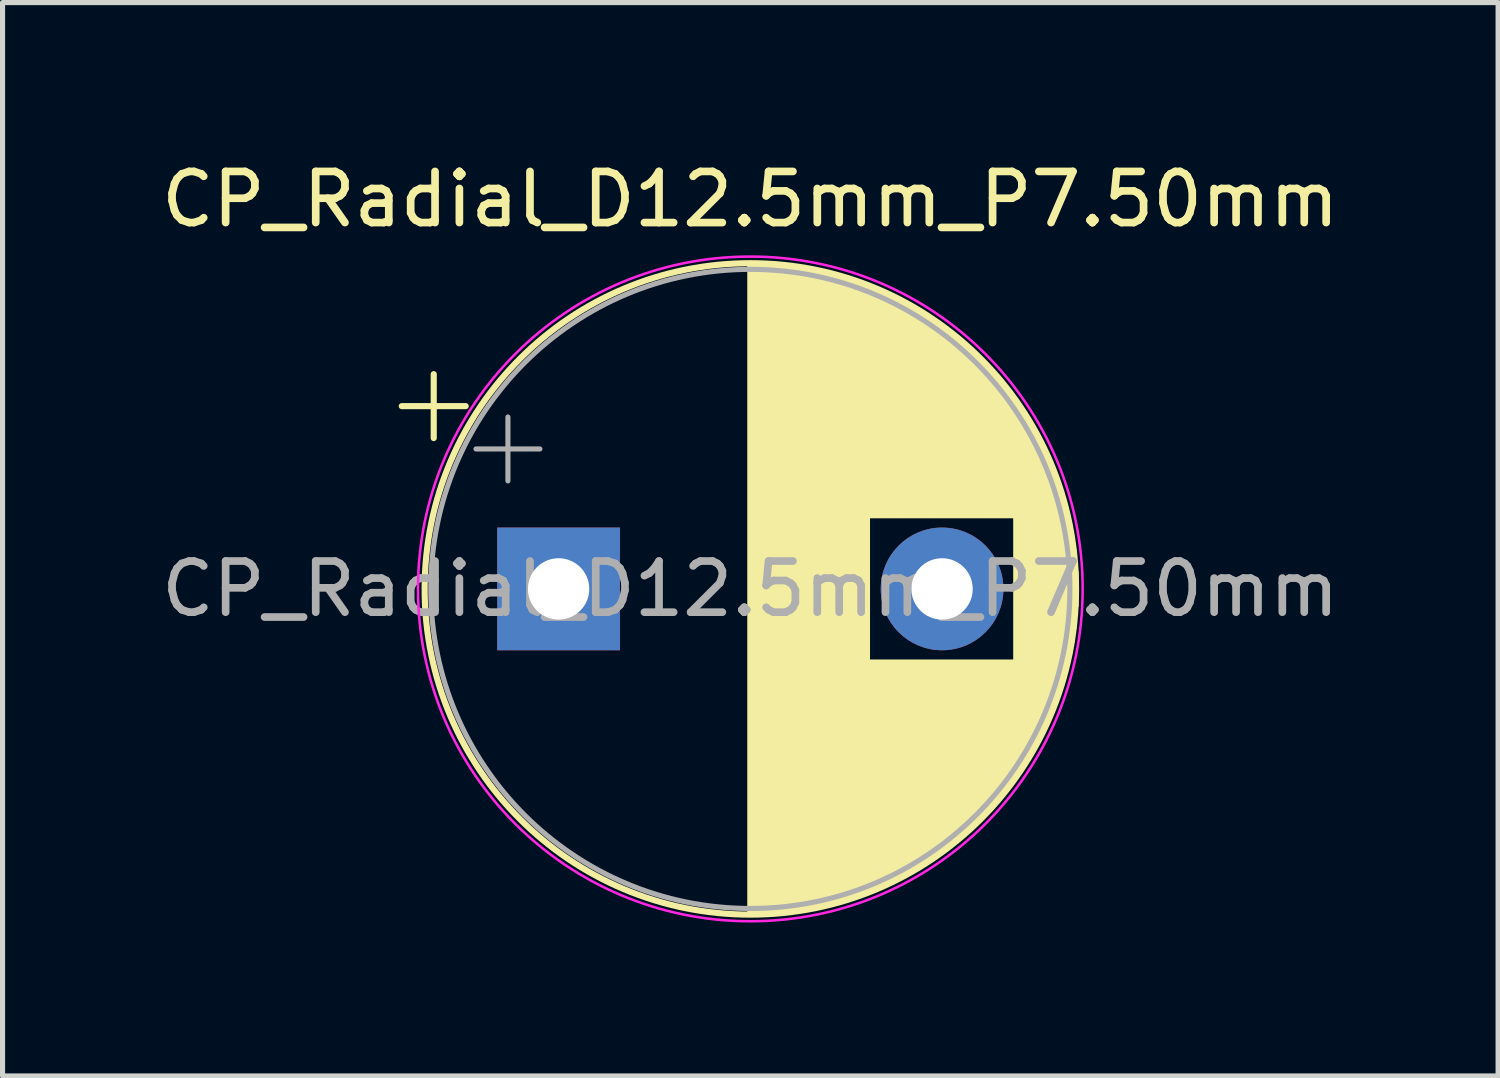
<source format=kicad_pcb>
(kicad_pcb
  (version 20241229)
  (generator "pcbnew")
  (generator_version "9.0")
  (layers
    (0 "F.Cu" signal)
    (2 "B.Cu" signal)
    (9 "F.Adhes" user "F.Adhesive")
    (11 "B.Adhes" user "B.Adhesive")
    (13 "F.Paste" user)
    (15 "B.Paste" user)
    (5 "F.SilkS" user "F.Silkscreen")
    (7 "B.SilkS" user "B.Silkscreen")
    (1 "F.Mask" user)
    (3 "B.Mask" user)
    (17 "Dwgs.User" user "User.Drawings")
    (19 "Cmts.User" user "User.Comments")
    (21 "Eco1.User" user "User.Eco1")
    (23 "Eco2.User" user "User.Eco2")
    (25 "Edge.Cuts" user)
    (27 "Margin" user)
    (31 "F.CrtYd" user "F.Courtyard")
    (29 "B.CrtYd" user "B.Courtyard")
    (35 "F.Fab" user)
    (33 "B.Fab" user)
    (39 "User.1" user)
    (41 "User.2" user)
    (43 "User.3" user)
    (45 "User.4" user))
  (footprint "CP_Radial_D12.5mm_P7.50mm"
    (layer "F.Cu")
    (at 7.875 8.468)
    (property "Reference" "CP_Radial_D12.5mm_P7.50mm" (at 3.75 -7.62 0) (layer "F.SilkS") (effects (font (size 1 1) (thickness 0.15))))
    (attr through_hole)
    (fp_line (start -3.067 -3.575) (end -1.817 -3.575) (stroke (width 0.12) (type solid)) (layer "F.SilkS"))
    (fp_line (start -2.442 -4.2) (end -2.442 -2.95) (stroke (width 0.12) (type solid)) (layer "F.SilkS"))
    (fp_line (start 3.75 -6.33) (end 3.75 6.33) (stroke (width 0.12) (type solid)) (layer "F.SilkS"))
    (fp_line (start 3.79 -6.33) (end 3.79 6.33) (stroke (width 0.12) (type solid)) (layer "F.SilkS"))
    (fp_line (start 3.83 -6.33) (end 3.83 6.33) (stroke (width 0.12) (type solid)) (layer "F.SilkS"))
    (fp_line (start 3.87 -6.329) (end 3.87 6.329) (stroke (width 0.12) (type solid)) (layer "F.SilkS"))
    (fp_line (start 3.91 -6.328) (end 3.91 6.328) (stroke (width 0.12) (type solid)) (layer "F.SilkS"))
    (fp_line (start 3.95 -6.327) (end 3.95 6.327) (stroke (width 0.12) (type solid)) (layer "F.SilkS"))
    (fp_line (start 3.99 -6.326) (end 3.99 6.326) (stroke (width 0.12) (type solid)) (layer "F.SilkS"))
    (fp_line (start 4.03 -6.324) (end 4.03 6.324) (stroke (width 0.12) (type solid)) (layer "F.SilkS"))
    (fp_line (start 4.07 -6.322) (end 4.07 6.322) (stroke (width 0.12) (type solid)) (layer "F.SilkS"))
    (fp_line (start 4.11 -6.32) (end 4.11 6.32) (stroke (width 0.12) (type solid)) (layer "F.SilkS"))
    (fp_line (start 4.15 -6.318) (end 4.15 6.318) (stroke (width 0.12) (type solid)) (layer "F.SilkS"))
    (fp_line (start 4.19 -6.315) (end 4.19 6.315) (stroke (width 0.12) (type solid)) (layer "F.SilkS"))
    (fp_line (start 4.23 -6.312) (end 4.23 6.312) (stroke (width 0.12) (type solid)) (layer "F.SilkS"))
    (fp_line (start 4.27 -6.309) (end 4.27 6.309) (stroke (width 0.12) (type solid)) (layer "F.SilkS"))
    (fp_line (start 4.31 -6.306) (end 4.31 6.306) (stroke (width 0.12) (type solid)) (layer "F.SilkS"))
    (fp_line (start 4.35 -6.302) (end 4.35 6.302) (stroke (width 0.12) (type solid)) (layer "F.SilkS"))
    (fp_line (start 4.39 -6.298) (end 4.39 6.298) (stroke (width 0.12) (type solid)) (layer "F.SilkS"))
    (fp_line (start 4.43 -6.294) (end 4.43 6.294) (stroke (width 0.12) (type solid)) (layer "F.SilkS"))
    (fp_line (start 4.471 -6.29) (end 4.471 6.29) (stroke (width 0.12) (type solid)) (layer "F.SilkS"))
    (fp_line (start 4.511 -6.285) (end 4.511 6.285) (stroke (width 0.12) (type solid)) (layer "F.SilkS"))
    (fp_line (start 4.551 -6.28) (end 4.551 6.28) (stroke (width 0.12) (type solid)) (layer "F.SilkS"))
    (fp_line (start 4.591 -6.275) (end 4.591 6.275) (stroke (width 0.12) (type solid)) (layer "F.SilkS"))
    (fp_line (start 4.631 -6.269) (end 4.631 6.269) (stroke (width 0.12) (type solid)) (layer "F.SilkS"))
    (fp_line (start 4.671 -6.264) (end 4.671 6.264) (stroke (width 0.12) (type solid)) (layer "F.SilkS"))
    (fp_line (start 4.711 -6.258) (end 4.711 6.258) (stroke (width 0.12) (type solid)) (layer "F.SilkS"))
    (fp_line (start 4.751 -6.252) (end 4.751 6.252) (stroke (width 0.12) (type solid)) (layer "F.SilkS"))
    (fp_line (start 4.791 -6.245) (end 4.791 6.245) (stroke (width 0.12) (type solid)) (layer "F.SilkS"))
    (fp_line (start 4.831 -6.238) (end 4.831 6.238) (stroke (width 0.12) (type solid)) (layer "F.SilkS"))
    (fp_line (start 4.871 -6.231) (end 4.871 6.231) (stroke (width 0.12) (type solid)) (layer "F.SilkS"))
    (fp_line (start 4.911 -6.224) (end 4.911 6.224) (stroke (width 0.12) (type solid)) (layer "F.SilkS"))
    (fp_line (start 4.951 -6.216) (end 4.951 6.216) (stroke (width 0.12) (type solid)) (layer "F.SilkS"))
    (fp_line (start 4.991 -6.209) (end 4.991 6.209) (stroke (width 0.12) (type solid)) (layer "F.SilkS"))
    (fp_line (start 5.031 -6.201) (end 5.031 6.201) (stroke (width 0.12) (type solid)) (layer "F.SilkS"))
    (fp_line (start 5.071 -6.192) (end 5.071 6.192) (stroke (width 0.12) (type solid)) (layer "F.SilkS"))
    (fp_line (start 5.111 -6.184) (end 5.111 6.184) (stroke (width 0.12) (type solid)) (layer "F.SilkS"))
    (fp_line (start 5.151 -6.175) (end 5.151 6.175) (stroke (width 0.12) (type solid)) (layer "F.SilkS"))
    (fp_line (start 5.191 -6.166) (end 5.191 6.166) (stroke (width 0.12) (type solid)) (layer "F.SilkS"))
    (fp_line (start 5.231 -6.156) (end 5.231 6.156) (stroke (width 0.12) (type solid)) (layer "F.SilkS"))
    (fp_line (start 5.271 -6.146) (end 5.271 6.146) (stroke (width 0.12) (type solid)) (layer "F.SilkS"))
    (fp_line (start 5.311 -6.137) (end 5.311 6.137) (stroke (width 0.12) (type solid)) (layer "F.SilkS"))
    (fp_line (start 5.351 -6.126) (end 5.351 6.126) (stroke (width 0.12) (type solid)) (layer "F.SilkS"))
    (fp_line (start 5.391 -6.116) (end 5.391 6.116) (stroke (width 0.12) (type solid)) (layer "F.SilkS"))
    (fp_line (start 5.431 -6.105) (end 5.431 6.105) (stroke (width 0.12) (type solid)) (layer "F.SilkS"))
    (fp_line (start 5.471 -6.094) (end 5.471 6.094) (stroke (width 0.12) (type solid)) (layer "F.SilkS"))
    (fp_line (start 5.511 -6.083) (end 5.511 6.083) (stroke (width 0.12) (type solid)) (layer "F.SilkS"))
    (fp_line (start 5.551 -6.071) (end 5.551 6.071) (stroke (width 0.12) (type solid)) (layer "F.SilkS"))
    (fp_line (start 5.591 -6.059) (end 5.591 6.059) (stroke (width 0.12) (type solid)) (layer "F.SilkS"))
    (fp_line (start 5.631 -6.047) (end 5.631 6.047) (stroke (width 0.12) (type solid)) (layer "F.SilkS"))
    (fp_line (start 5.671 -6.034) (end 5.671 6.034) (stroke (width 0.12) (type solid)) (layer "F.SilkS"))
    (fp_line (start 5.711 -6.021) (end 5.711 6.021) (stroke (width 0.12) (type solid)) (layer "F.SilkS"))
    (fp_line (start 5.751 -6.008) (end 5.751 6.008) (stroke (width 0.12) (type solid)) (layer "F.SilkS"))
    (fp_line (start 5.791 -5.995) (end 5.791 5.995) (stroke (width 0.12) (type solid)) (layer "F.SilkS"))
    (fp_line (start 5.831 -5.981) (end 5.831 5.981) (stroke (width 0.12) (type solid)) (layer "F.SilkS"))
    (fp_line (start 5.871 -5.967) (end 5.871 5.967) (stroke (width 0.12) (type solid)) (layer "F.SilkS"))
    (fp_line (start 5.911 -5.953) (end 5.911 5.953) (stroke (width 0.12) (type solid)) (layer "F.SilkS"))
    (fp_line (start 5.951 -5.939) (end 5.951 5.939) (stroke (width 0.12) (type solid)) (layer "F.SilkS"))
    (fp_line (start 5.991 -5.924) (end 5.991 5.924) (stroke (width 0.12) (type solid)) (layer "F.SilkS"))
    (fp_line (start 6.031 -5.908) (end 6.031 5.908) (stroke (width 0.12) (type solid)) (layer "F.SilkS"))
    (fp_line (start 6.071 -5.893) (end 6.071 -1.44) (stroke (width 0.12) (type solid)) (layer "F.SilkS"))
    (fp_line (start 6.071 1.44) (end 6.071 5.893) (stroke (width 0.12) (type solid)) (layer "F.SilkS"))
    (fp_line (start 6.111 -5.877) (end 6.111 -1.44) (stroke (width 0.12) (type solid)) (layer "F.SilkS"))
    (fp_line (start 6.111 1.44) (end 6.111 5.877) (stroke (width 0.12) (type solid)) (layer "F.SilkS"))
    (fp_line (start 6.151 -5.861) (end 6.151 -1.44) (stroke (width 0.12) (type solid)) (layer "F.SilkS"))
    (fp_line (start 6.151 1.44) (end 6.151 5.861) (stroke (width 0.12) (type solid)) (layer "F.SilkS"))
    (fp_line (start 6.191 -5.845) (end 6.191 -1.44) (stroke (width 0.12) (type solid)) (layer "F.SilkS"))
    (fp_line (start 6.191 1.44) (end 6.191 5.845) (stroke (width 0.12) (type solid)) (layer "F.SilkS"))
    (fp_line (start 6.231 -5.828) (end 6.231 -1.44) (stroke (width 0.12) (type solid)) (layer "F.SilkS"))
    (fp_line (start 6.231 1.44) (end 6.231 5.828) (stroke (width 0.12) (type solid)) (layer "F.SilkS"))
    (fp_line (start 6.271 -5.811) (end 6.271 -1.44) (stroke (width 0.12) (type solid)) (layer "F.SilkS"))
    (fp_line (start 6.271 1.44) (end 6.271 5.811) (stroke (width 0.12) (type solid)) (layer "F.SilkS"))
    (fp_line (start 6.311 -5.793) (end 6.311 -1.44) (stroke (width 0.12) (type solid)) (layer "F.SilkS"))
    (fp_line (start 6.311 1.44) (end 6.311 5.793) (stroke (width 0.12) (type solid)) (layer "F.SilkS"))
    (fp_line (start 6.351 -5.776) (end 6.351 -1.44) (stroke (width 0.12) (type solid)) (layer "F.SilkS"))
    (fp_line (start 6.351 1.44) (end 6.351 5.776) (stroke (width 0.12) (type solid)) (layer "F.SilkS"))
    (fp_line (start 6.391 -5.758) (end 6.391 -1.44) (stroke (width 0.12) (type solid)) (layer "F.SilkS"))
    (fp_line (start 6.391 1.44) (end 6.391 5.758) (stroke (width 0.12) (type solid)) (layer "F.SilkS"))
    (fp_line (start 6.431 -5.739) (end 6.431 -1.44) (stroke (width 0.12) (type solid)) (layer "F.SilkS"))
    (fp_line (start 6.431 1.44) (end 6.431 5.739) (stroke (width 0.12) (type solid)) (layer "F.SilkS"))
    (fp_line (start 6.471 -5.721) (end 6.471 -1.44) (stroke (width 0.12) (type solid)) (layer "F.SilkS"))
    (fp_line (start 6.471 1.44) (end 6.471 5.721) (stroke (width 0.12) (type solid)) (layer "F.SilkS"))
    (fp_line (start 6.511 -5.702) (end 6.511 -1.44) (stroke (width 0.12) (type solid)) (layer "F.SilkS"))
    (fp_line (start 6.511 1.44) (end 6.511 5.702) (stroke (width 0.12) (type solid)) (layer "F.SilkS"))
    (fp_line (start 6.551 -5.682) (end 6.551 -1.44) (stroke (width 0.12) (type solid)) (layer "F.SilkS"))
    (fp_line (start 6.551 1.44) (end 6.551 5.682) (stroke (width 0.12) (type solid)) (layer "F.SilkS"))
    (fp_line (start 6.591 -5.662) (end 6.591 -1.44) (stroke (width 0.12) (type solid)) (layer "F.SilkS"))
    (fp_line (start 6.591 1.44) (end 6.591 5.662) (stroke (width 0.12) (type solid)) (layer "F.SilkS"))
    (fp_line (start 6.631 -5.642) (end 6.631 -1.44) (stroke (width 0.12) (type solid)) (layer "F.SilkS"))
    (fp_line (start 6.631 1.44) (end 6.631 5.642) (stroke (width 0.12) (type solid)) (layer "F.SilkS"))
    (fp_line (start 6.671 -5.622) (end 6.671 -1.44) (stroke (width 0.12) (type solid)) (layer "F.SilkS"))
    (fp_line (start 6.671 1.44) (end 6.671 5.622) (stroke (width 0.12) (type solid)) (layer "F.SilkS"))
    (fp_line (start 6.711 -5.601) (end 6.711 -1.44) (stroke (width 0.12) (type solid)) (layer "F.SilkS"))
    (fp_line (start 6.711 1.44) (end 6.711 5.601) (stroke (width 0.12) (type solid)) (layer "F.SilkS"))
    (fp_line (start 6.751 -5.58) (end 6.751 -1.44) (stroke (width 0.12) (type solid)) (layer "F.SilkS"))
    (fp_line (start 6.751 1.44) (end 6.751 5.58) (stroke (width 0.12) (type solid)) (layer "F.SilkS"))
    (fp_line (start 6.791 -5.558) (end 6.791 -1.44) (stroke (width 0.12) (type solid)) (layer "F.SilkS"))
    (fp_line (start 6.791 1.44) (end 6.791 5.558) (stroke (width 0.12) (type solid)) (layer "F.SilkS"))
    (fp_line (start 6.831 -5.536) (end 6.831 -1.44) (stroke (width 0.12) (type solid)) (layer "F.SilkS"))
    (fp_line (start 6.831 1.44) (end 6.831 5.536) (stroke (width 0.12) (type solid)) (layer "F.SilkS"))
    (fp_line (start 6.871 -5.514) (end 6.871 -1.44) (stroke (width 0.12) (type solid)) (layer "F.SilkS"))
    (fp_line (start 6.871 1.44) (end 6.871 5.514) (stroke (width 0.12) (type solid)) (layer "F.SilkS"))
    (fp_line (start 6.911 -5.491) (end 6.911 -1.44) (stroke (width 0.12) (type solid)) (layer "F.SilkS"))
    (fp_line (start 6.911 1.44) (end 6.911 5.491) (stroke (width 0.12) (type solid)) (layer "F.SilkS"))
    (fp_line (start 6.951 -5.468) (end 6.951 -1.44) (stroke (width 0.12) (type solid)) (layer "F.SilkS"))
    (fp_line (start 6.951 1.44) (end 6.951 5.468) (stroke (width 0.12) (type solid)) (layer "F.SilkS"))
    (fp_line (start 6.991 -5.445) (end 6.991 -1.44) (stroke (width 0.12) (type solid)) (layer "F.SilkS"))
    (fp_line (start 6.991 1.44) (end 6.991 5.445) (stroke (width 0.12) (type solid)) (layer "F.SilkS"))
    (fp_line (start 7.031 -5.421) (end 7.031 -1.44) (stroke (width 0.12) (type solid)) (layer "F.SilkS"))
    (fp_line (start 7.031 1.44) (end 7.031 5.421) (stroke (width 0.12) (type solid)) (layer "F.SilkS"))
    (fp_line (start 7.071 -5.397) (end 7.071 -1.44) (stroke (width 0.12) (type solid)) (layer "F.SilkS"))
    (fp_line (start 7.071 1.44) (end 7.071 5.397) (stroke (width 0.12) (type solid)) (layer "F.SilkS"))
    (fp_line (start 7.111 -5.372) (end 7.111 -1.44) (stroke (width 0.12) (type solid)) (layer "F.SilkS"))
    (fp_line (start 7.111 1.44) (end 7.111 5.372) (stroke (width 0.12) (type solid)) (layer "F.SilkS"))
    (fp_line (start 7.151 -5.347) (end 7.151 -1.44) (stroke (width 0.12) (type solid)) (layer "F.SilkS"))
    (fp_line (start 7.151 1.44) (end 7.151 5.347) (stroke (width 0.12) (type solid)) (layer "F.SilkS"))
    (fp_line (start 7.191 -5.322) (end 7.191 -1.44) (stroke (width 0.12) (type solid)) (layer "F.SilkS"))
    (fp_line (start 7.191 1.44) (end 7.191 5.322) (stroke (width 0.12) (type solid)) (layer "F.SilkS"))
    (fp_line (start 7.231 -5.296) (end 7.231 -1.44) (stroke (width 0.12) (type solid)) (layer "F.SilkS"))
    (fp_line (start 7.231 1.44) (end 7.231 5.296) (stroke (width 0.12) (type solid)) (layer "F.SilkS"))
    (fp_line (start 7.271 -5.27) (end 7.271 -1.44) (stroke (width 0.12) (type solid)) (layer "F.SilkS"))
    (fp_line (start 7.271 1.44) (end 7.271 5.27) (stroke (width 0.12) (type solid)) (layer "F.SilkS"))
    (fp_line (start 7.311 -5.243) (end 7.311 -1.44) (stroke (width 0.12) (type solid)) (layer "F.SilkS"))
    (fp_line (start 7.311 1.44) (end 7.311 5.243) (stroke (width 0.12) (type solid)) (layer "F.SilkS"))
    (fp_line (start 7.351 -5.216) (end 7.351 -1.44) (stroke (width 0.12) (type solid)) (layer "F.SilkS"))
    (fp_line (start 7.351 1.44) (end 7.351 5.216) (stroke (width 0.12) (type solid)) (layer "F.SilkS"))
    (fp_line (start 7.391 -5.188) (end 7.391 -1.44) (stroke (width 0.12) (type solid)) (layer "F.SilkS"))
    (fp_line (start 7.391 1.44) (end 7.391 5.188) (stroke (width 0.12) (type solid)) (layer "F.SilkS"))
    (fp_line (start 7.431 -5.16) (end 7.431 -1.44) (stroke (width 0.12) (type solid)) (layer "F.SilkS"))
    (fp_line (start 7.431 1.44) (end 7.431 5.16) (stroke (width 0.12) (type solid)) (layer "F.SilkS"))
    (fp_line (start 7.471 -5.131) (end 7.471 -1.44) (stroke (width 0.12) (type solid)) (layer "F.SilkS"))
    (fp_line (start 7.471 1.44) (end 7.471 5.131) (stroke (width 0.12) (type solid)) (layer "F.SilkS"))
    (fp_line (start 7.511 -5.102) (end 7.511 -1.44) (stroke (width 0.12) (type solid)) (layer "F.SilkS"))
    (fp_line (start 7.511 1.44) (end 7.511 5.102) (stroke (width 0.12) (type solid)) (layer "F.SilkS"))
    (fp_line (start 7.551 -5.073) (end 7.551 -1.44) (stroke (width 0.12) (type solid)) (layer "F.SilkS"))
    (fp_line (start 7.551 1.44) (end 7.551 5.073) (stroke (width 0.12) (type solid)) (layer "F.SilkS"))
    (fp_line (start 7.591 -5.043) (end 7.591 -1.44) (stroke (width 0.12) (type solid)) (layer "F.SilkS"))
    (fp_line (start 7.591 1.44) (end 7.591 5.043) (stroke (width 0.12) (type solid)) (layer "F.SilkS"))
    (fp_line (start 7.631 -5.012) (end 7.631 -1.44) (stroke (width 0.12) (type solid)) (layer "F.SilkS"))
    (fp_line (start 7.631 1.44) (end 7.631 5.012) (stroke (width 0.12) (type solid)) (layer "F.SilkS"))
    (fp_line (start 7.671 -4.982) (end 7.671 -1.44) (stroke (width 0.12) (type solid)) (layer "F.SilkS"))
    (fp_line (start 7.671 1.44) (end 7.671 4.982) (stroke (width 0.12) (type solid)) (layer "F.SilkS"))
    (fp_line (start 7.711 -4.95) (end 7.711 -1.44) (stroke (width 0.12) (type solid)) (layer "F.SilkS"))
    (fp_line (start 7.711 1.44) (end 7.711 4.95) (stroke (width 0.12) (type solid)) (layer "F.SilkS"))
    (fp_line (start 7.751 -4.918) (end 7.751 -1.44) (stroke (width 0.12) (type solid)) (layer "F.SilkS"))
    (fp_line (start 7.751 1.44) (end 7.751 4.918) (stroke (width 0.12) (type solid)) (layer "F.SilkS"))
    (fp_line (start 7.791 -4.885) (end 7.791 -1.44) (stroke (width 0.12) (type solid)) (layer "F.SilkS"))
    (fp_line (start 7.791 1.44) (end 7.791 4.885) (stroke (width 0.12) (type solid)) (layer "F.SilkS"))
    (fp_line (start 7.831 -4.852) (end 7.831 -1.44) (stroke (width 0.12) (type solid)) (layer "F.SilkS"))
    (fp_line (start 7.831 1.44) (end 7.831 4.852) (stroke (width 0.12) (type solid)) (layer "F.SilkS"))
    (fp_line (start 7.871 -4.819) (end 7.871 -1.44) (stroke (width 0.12) (type solid)) (layer "F.SilkS"))
    (fp_line (start 7.871 1.44) (end 7.871 4.819) (stroke (width 0.12) (type solid)) (layer "F.SilkS"))
    (fp_line (start 7.911 -4.785) (end 7.911 -1.44) (stroke (width 0.12) (type solid)) (layer "F.SilkS"))
    (fp_line (start 7.911 1.44) (end 7.911 4.785) (stroke (width 0.12) (type solid)) (layer "F.SilkS"))
    (fp_line (start 7.951 -4.75) (end 7.951 -1.44) (stroke (width 0.12) (type solid)) (layer "F.SilkS"))
    (fp_line (start 7.951 1.44) (end 7.951 4.75) (stroke (width 0.12) (type solid)) (layer "F.SilkS"))
    (fp_line (start 7.991 -4.714) (end 7.991 -1.44) (stroke (width 0.12) (type solid)) (layer "F.SilkS"))
    (fp_line (start 7.991 1.44) (end 7.991 4.714) (stroke (width 0.12) (type solid)) (layer "F.SilkS"))
    (fp_line (start 8.031 -4.678) (end 8.031 -1.44) (stroke (width 0.12) (type solid)) (layer "F.SilkS"))
    (fp_line (start 8.031 1.44) (end 8.031 4.678) (stroke (width 0.12) (type solid)) (layer "F.SilkS"))
    (fp_line (start 8.071 -4.642) (end 8.071 -1.44) (stroke (width 0.12) (type solid)) (layer "F.SilkS"))
    (fp_line (start 8.071 1.44) (end 8.071 4.642) (stroke (width 0.12) (type solid)) (layer "F.SilkS"))
    (fp_line (start 8.111 -4.605) (end 8.111 -1.44) (stroke (width 0.12) (type solid)) (layer "F.SilkS"))
    (fp_line (start 8.111 1.44) (end 8.111 4.605) (stroke (width 0.12) (type solid)) (layer "F.SilkS"))
    (fp_line (start 8.151 -4.567) (end 8.151 -1.44) (stroke (width 0.12) (type solid)) (layer "F.SilkS"))
    (fp_line (start 8.151 1.44) (end 8.151 4.567) (stroke (width 0.12) (type solid)) (layer "F.SilkS"))
    (fp_line (start 8.191 -4.528) (end 8.191 -1.44) (stroke (width 0.12) (type solid)) (layer "F.SilkS"))
    (fp_line (start 8.191 1.44) (end 8.191 4.528) (stroke (width 0.12) (type solid)) (layer "F.SilkS"))
    (fp_line (start 8.231 -4.489) (end 8.231 -1.44) (stroke (width 0.12) (type solid)) (layer "F.SilkS"))
    (fp_line (start 8.231 1.44) (end 8.231 4.489) (stroke (width 0.12) (type solid)) (layer "F.SilkS"))
    (fp_line (start 8.271 -4.449) (end 8.271 -1.44) (stroke (width 0.12) (type solid)) (layer "F.SilkS"))
    (fp_line (start 8.271 1.44) (end 8.271 4.449) (stroke (width 0.12) (type solid)) (layer "F.SilkS"))
    (fp_line (start 8.311 -4.408) (end 8.311 -1.44) (stroke (width 0.12) (type solid)) (layer "F.SilkS"))
    (fp_line (start 8.311 1.44) (end 8.311 4.408) (stroke (width 0.12) (type solid)) (layer "F.SilkS"))
    (fp_line (start 8.351 -4.367) (end 8.351 -1.44) (stroke (width 0.12) (type solid)) (layer "F.SilkS"))
    (fp_line (start 8.351 1.44) (end 8.351 4.367) (stroke (width 0.12) (type solid)) (layer "F.SilkS"))
    (fp_line (start 8.391 -4.325) (end 8.391 -1.44) (stroke (width 0.12) (type solid)) (layer "F.SilkS"))
    (fp_line (start 8.391 1.44) (end 8.391 4.325) (stroke (width 0.12) (type solid)) (layer "F.SilkS"))
    (fp_line (start 8.431 -4.282) (end 8.431 -1.44) (stroke (width 0.12) (type solid)) (layer "F.SilkS"))
    (fp_line (start 8.431 1.44) (end 8.431 4.282) (stroke (width 0.12) (type solid)) (layer "F.SilkS"))
    (fp_line (start 8.471 -4.238) (end 8.471 -1.44) (stroke (width 0.12) (type solid)) (layer "F.SilkS"))
    (fp_line (start 8.471 1.44) (end 8.471 4.238) (stroke (width 0.12) (type solid)) (layer "F.SilkS"))
    (fp_line (start 8.511 -4.194) (end 8.511 -1.44) (stroke (width 0.12) (type solid)) (layer "F.SilkS"))
    (fp_line (start 8.511 1.44) (end 8.511 4.194) (stroke (width 0.12) (type solid)) (layer "F.SilkS"))
    (fp_line (start 8.551 -4.148) (end 8.551 -1.44) (stroke (width 0.12) (type solid)) (layer "F.SilkS"))
    (fp_line (start 8.551 1.44) (end 8.551 4.148) (stroke (width 0.12) (type solid)) (layer "F.SilkS"))
    (fp_line (start 8.591 -4.102) (end 8.591 -1.44) (stroke (width 0.12) (type solid)) (layer "F.SilkS"))
    (fp_line (start 8.591 1.44) (end 8.591 4.102) (stroke (width 0.12) (type solid)) (layer "F.SilkS"))
    (fp_line (start 8.631 -4.055) (end 8.631 -1.44) (stroke (width 0.12) (type solid)) (layer "F.SilkS"))
    (fp_line (start 8.631 1.44) (end 8.631 4.055) (stroke (width 0.12) (type solid)) (layer "F.SilkS"))
    (fp_line (start 8.671 -4.007) (end 8.671 -1.44) (stroke (width 0.12) (type solid)) (layer "F.SilkS"))
    (fp_line (start 8.671 1.44) (end 8.671 4.007) (stroke (width 0.12) (type solid)) (layer "F.SilkS"))
    (fp_line (start 8.711 -3.957) (end 8.711 -1.44) (stroke (width 0.12) (type solid)) (layer "F.SilkS"))
    (fp_line (start 8.711 1.44) (end 8.711 3.957) (stroke (width 0.12) (type solid)) (layer "F.SilkS"))
    (fp_line (start 8.751 -3.907) (end 8.751 -1.44) (stroke (width 0.12) (type solid)) (layer "F.SilkS"))
    (fp_line (start 8.751 1.44) (end 8.751 3.907) (stroke (width 0.12) (type solid)) (layer "F.SilkS"))
    (fp_line (start 8.791 -3.856) (end 8.791 -1.44) (stroke (width 0.12) (type solid)) (layer "F.SilkS"))
    (fp_line (start 8.791 1.44) (end 8.791 3.856) (stroke (width 0.12) (type solid)) (layer "F.SilkS"))
    (fp_line (start 8.831 -3.804) (end 8.831 -1.44) (stroke (width 0.12) (type solid)) (layer "F.SilkS"))
    (fp_line (start 8.831 1.44) (end 8.831 3.804) (stroke (width 0.12) (type solid)) (layer "F.SilkS"))
    (fp_line (start 8.871 -3.75) (end 8.871 -1.44) (stroke (width 0.12) (type solid)) (layer "F.SilkS"))
    (fp_line (start 8.871 1.44) (end 8.871 3.75) (stroke (width 0.12) (type solid)) (layer "F.SilkS"))
    (fp_line (start 8.911 -3.696) (end 8.911 -1.44) (stroke (width 0.12) (type solid)) (layer "F.SilkS"))
    (fp_line (start 8.911 1.44) (end 8.911 3.696) (stroke (width 0.12) (type solid)) (layer "F.SilkS"))
    (fp_line (start 8.951 -3.64) (end 8.951 3.64) (stroke (width 0.12) (type solid)) (layer "F.SilkS"))
    (fp_line (start 8.991 -3.583) (end 8.991 3.583) (stroke (width 0.12) (type solid)) (layer "F.SilkS"))
    (fp_line (start 9.031 -3.524) (end 9.031 3.524) (stroke (width 0.12) (type solid)) (layer "F.SilkS"))
    (fp_line (start 9.071 -3.464) (end 9.071 3.464) (stroke (width 0.12) (type solid)) (layer "F.SilkS"))
    (fp_line (start 9.111 -3.402) (end 9.111 3.402) (stroke (width 0.12) (type solid)) (layer "F.SilkS"))
    (fp_line (start 9.151 -3.339) (end 9.151 3.339) (stroke (width 0.12) (type solid)) (layer "F.SilkS"))
    (fp_line (start 9.191 -3.275) (end 9.191 3.275) (stroke (width 0.12) (type solid)) (layer "F.SilkS"))
    (fp_line (start 9.231 -3.208) (end 9.231 3.208) (stroke (width 0.12) (type solid)) (layer "F.SilkS"))
    (fp_line (start 9.271 -3.14) (end 9.271 3.14) (stroke (width 0.12) (type solid)) (layer "F.SilkS"))
    (fp_line (start 9.311 -3.069) (end 9.311 3.069) (stroke (width 0.12) (type solid)) (layer "F.SilkS"))
    (fp_line (start 9.351 -2.996) (end 9.351 2.996) (stroke (width 0.12) (type solid)) (layer "F.SilkS"))
    (fp_line (start 9.391 -2.921) (end 9.391 2.921) (stroke (width 0.12) (type solid)) (layer "F.SilkS"))
    (fp_line (start 9.431 -2.844) (end 9.431 2.844) (stroke (width 0.12) (type solid)) (layer "F.SilkS"))
    (fp_line (start 9.471 -2.764) (end 9.471 2.764) (stroke (width 0.12) (type solid)) (layer "F.SilkS"))
    (fp_line (start 9.511 -2.681) (end 9.511 2.681) (stroke (width 0.12) (type solid)) (layer "F.SilkS"))
    (fp_line (start 9.551 -2.594) (end 9.551 2.594) (stroke (width 0.12) (type solid)) (layer "F.SilkS"))
    (fp_line (start 9.591 -2.504) (end 9.591 2.504) (stroke (width 0.12) (type solid)) (layer "F.SilkS"))
    (fp_line (start 9.631 -2.41) (end 9.631 2.41) (stroke (width 0.12) (type solid)) (layer "F.SilkS"))
    (fp_line (start 9.671 -2.312) (end 9.671 2.312) (stroke (width 0.12) (type solid)) (layer "F.SilkS"))
    (fp_line (start 9.711 -2.209) (end 9.711 2.209) (stroke (width 0.12) (type solid)) (layer "F.SilkS"))
    (fp_line (start 9.751 -2.1) (end 9.751 2.1) (stroke (width 0.12) (type solid)) (layer "F.SilkS"))
    (fp_line (start 9.791 -1.984) (end 9.791 1.984) (stroke (width 0.12) (type solid)) (layer "F.SilkS"))
    (fp_line (start 9.831 -1.861) (end 9.831 1.861) (stroke (width 0.12) (type solid)) (layer "F.SilkS"))
    (fp_line (start 9.871 -1.728) (end 9.871 1.728) (stroke (width 0.12) (type solid)) (layer "F.SilkS"))
    (fp_line (start 9.911 -1.583) (end 9.911 1.583) (stroke (width 0.12) (type solid)) (layer "F.SilkS"))
    (fp_line (start 9.951 -1.422) (end 9.951 1.422) (stroke (width 0.12) (type solid)) (layer "F.SilkS"))
    (fp_line (start 9.991 -1.241) (end 9.991 1.241) (stroke (width 0.12) (type solid)) (layer "F.SilkS"))
    (fp_line (start 10.031 -1.028) (end 10.031 1.028) (stroke (width 0.12) (type solid)) (layer "F.SilkS"))
    (fp_line (start 10.071 -0.757) (end 10.071 0.757) (stroke (width 0.12) (type solid)) (layer "F.SilkS"))
    (fp_line (start 10.111 -0.317) (end 10.111 0.317) (stroke (width 0.12) (type solid)) (layer "F.SilkS"))
    (fp_circle (center 3.75 0) (end 10.12 0) (stroke (width 0.12) (type solid)) (fill no) (layer "F.SilkS"))
    (fp_circle (center 3.75 0) (end 10.25 0) (stroke (width 0.05) (type solid)) (fill no) (layer "F.CrtYd"))
    (fp_line (start -1.616 -2.737) (end -0.366 -2.737) (stroke (width 0.1) (type solid)) (layer "F.Fab"))
    (fp_line (start -0.991 -3.362) (end -0.991 -2.112) (stroke (width 0.1) (type solid)) (layer "F.Fab"))
    (fp_circle (center 3.75 0) (end 10 0) (stroke (width 0.1) (type solid)) (fill no) (layer "F.Fab"))
    (fp_text user "${REFERENCE}" (at 3.75 0 0) (layer "F.Fab") (effects (font (size 1 1) (thickness 0.15))))
    (pad "1" thru_hole rect (at 0 0) (size 2.4 2.4) (drill 1.2) (layers "*.Cu" "*.Mask"))
    (pad "2" thru_hole circle (at 7.5 0) (size 2.4 2.4) (drill 1.2) (layers "*.Cu" "*.Mask")))
  (gr_rect
    (start -3 -3)
    (end 26.25 17.993)
    (stroke (width 0.1) (type default))
    (fill no)
    (layer "Edge.Cuts")))
</source>
